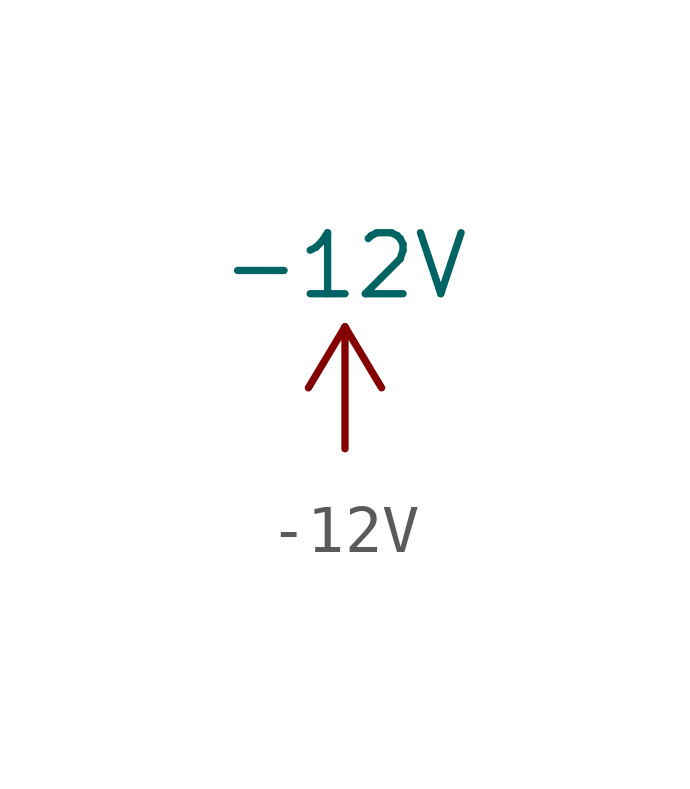
<source format=kicad_sym>
(kicad_symbol_lib
  (version 20211014)
  (generator kicad_symbol_editor)
  (symbol "-12V"
    (power)
    (pin_names
      (offset 0))
    (property "Reference" "#PWR"
      (at 0 -2.54 0)
      (effects (font (size 1.27 1.27)) hide))
    (property "Value" "-12V"
      (at 0 3.81 0)
      (effects (font (size 1.27 1.27))))
    (symbol "-12V_1_1"
      (polyline (pts (xy -0.762 1.27) (xy 0 2.54)) (stroke (width 0) (type default) (color 0 0 0 0)) (fill (type none)))
      (polyline (pts (xy 0 0) (xy 0 2.54)) (stroke (width 0) (type default) (color 0 0 0 0)) (fill (type none)))
      (polyline (pts (xy 0 2.54) (xy 0.762 1.27)) (stroke (width 0) (type default) (color 0 0 0 0)) (fill (type none)))
      (pin power_in line (at 0 0 90) (length 2.54) hide (name "-12V" (effects (font (size 1.016 1.016)))) (number "1" (effects (font (size 1.016 1.016))))))))
</source>
